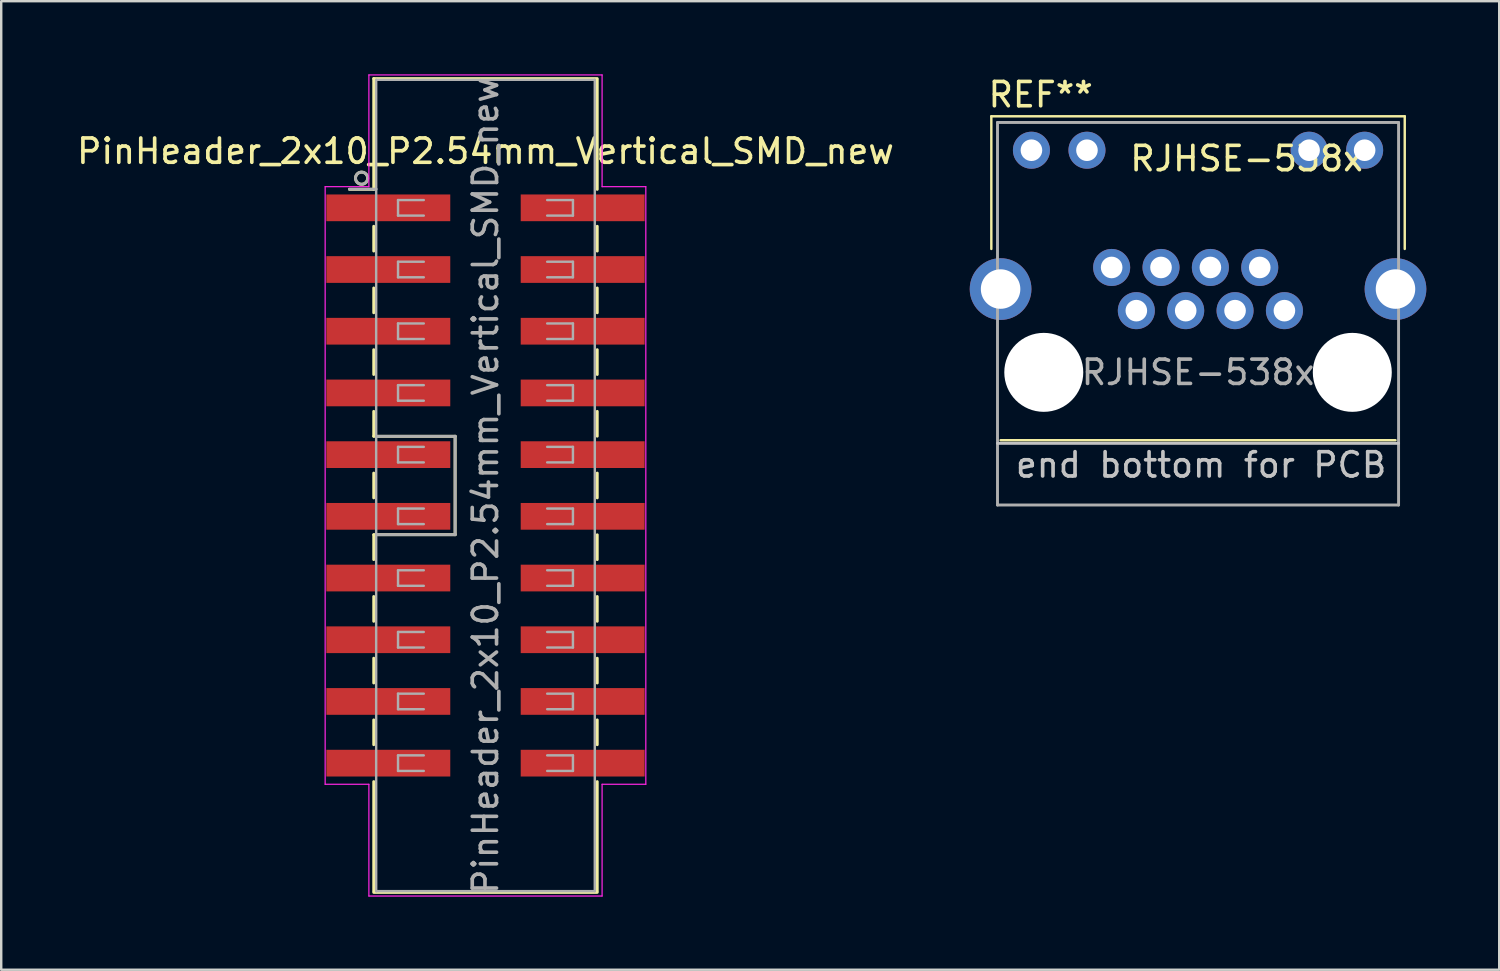
<source format=kicad_pcb>
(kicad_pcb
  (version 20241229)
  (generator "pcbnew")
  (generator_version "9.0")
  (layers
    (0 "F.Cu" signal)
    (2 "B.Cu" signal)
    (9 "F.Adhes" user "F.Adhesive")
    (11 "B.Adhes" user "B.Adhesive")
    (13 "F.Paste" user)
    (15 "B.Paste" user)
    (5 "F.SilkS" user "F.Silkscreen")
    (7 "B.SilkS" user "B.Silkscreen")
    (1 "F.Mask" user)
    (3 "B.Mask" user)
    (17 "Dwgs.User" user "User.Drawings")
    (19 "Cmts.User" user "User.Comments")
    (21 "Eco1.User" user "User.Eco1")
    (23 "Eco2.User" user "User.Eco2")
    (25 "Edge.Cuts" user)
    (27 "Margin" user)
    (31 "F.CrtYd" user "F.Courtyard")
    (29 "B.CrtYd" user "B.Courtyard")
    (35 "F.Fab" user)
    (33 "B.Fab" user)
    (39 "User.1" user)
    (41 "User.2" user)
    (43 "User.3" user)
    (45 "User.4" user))
  (footprint "PinHeader_2x10_P2.54mm_Vertical_SMD_new"
    (layer "F.Cu")
    (at 16.935 16.935)
    (property "Reference" "PinHeader_2x10_P2.54mm_Vertical_SMD_new" (at 0 -13.76 0) (layer "F.SilkS") (effects (font (size 1 1) (thickness 0.15))))
    (attr smd)
    (fp_line (start -4.6 -16.75) (end -4.6 -12.19) (stroke (width 0.12) (type solid)) (layer "F.SilkS"))
    (fp_line (start -4.6 -16.75) (end 4.6 -16.75) (stroke (width 0.12) (type solid)) (layer "F.SilkS"))
    (fp_line (start -4.6 -12.19) (end -5.6 -12.19) (stroke (width 0.12) (type solid)) (layer "F.SilkS"))
    (fp_line (start -4.6 -10.67) (end -4.6 -9.65) (stroke (width 0.12) (type solid)) (layer "F.SilkS"))
    (fp_line (start -4.6 -8.13) (end -4.6 -7.11) (stroke (width 0.12) (type solid)) (layer "F.SilkS"))
    (fp_line (start -4.6 -5.59) (end -4.6 -4.57) (stroke (width 0.12) (type solid)) (layer "F.SilkS"))
    (fp_line (start -4.6 -3.05) (end -4.6 -2.03) (stroke (width 0.12) (type solid)) (layer "F.SilkS"))
    (fp_line (start -4.6 -2.025) (end -1.25 -2.025) (stroke (width 0.12) (type solid)) (layer "F.SilkS"))
    (fp_line (start -4.6 -0.51) (end -4.6 0.51) (stroke (width 0.12) (type solid)) (layer "F.SilkS"))
    (fp_line (start -4.6 2.025) (end -1.25 2.025) (stroke (width 0.12) (type solid)) (layer "F.SilkS"))
    (fp_line (start -4.6 2.03) (end -4.6 3.05) (stroke (width 0.12) (type solid)) (layer "F.SilkS"))
    (fp_line (start -4.6 4.57) (end -4.6 5.59) (stroke (width 0.12) (type solid)) (layer "F.SilkS"))
    (fp_line (start -4.6 7.11) (end -4.6 8.13) (stroke (width 0.12) (type solid)) (layer "F.SilkS"))
    (fp_line (start -4.6 9.65) (end -4.6 10.67) (stroke (width 0.12) (type solid)) (layer "F.SilkS"))
    (fp_line (start -4.6 12.19) (end -4.6 16.7) (stroke (width 0.12) (type solid)) (layer "F.SilkS"))
    (fp_line (start -4.6 16.75) (end 4.6 16.75) (stroke (width 0.12) (type solid)) (layer "F.SilkS"))
    (fp_line (start -1.25 -2.025) (end -1.25 2.025) (stroke (width 0.12) (type solid)) (layer "F.SilkS"))
    (fp_line (start 4.6 -16.7) (end 4.6 -12.19) (stroke (width 0.12) (type solid)) (layer "F.SilkS"))
    (fp_line (start 4.6 -10.67) (end 4.6 -9.65) (stroke (width 0.12) (type solid)) (layer "F.SilkS"))
    (fp_line (start 4.6 -8.13) (end 4.6 -7.11) (stroke (width 0.12) (type solid)) (layer "F.SilkS"))
    (fp_line (start 4.6 -5.59) (end 4.6 -4.57) (stroke (width 0.12) (type solid)) (layer "F.SilkS"))
    (fp_line (start 4.6 -3.05) (end 4.6 -2.03) (stroke (width 0.12) (type solid)) (layer "F.SilkS"))
    (fp_line (start 4.6 -0.51) (end 4.6 0.51) (stroke (width 0.12) (type solid)) (layer "F.SilkS"))
    (fp_line (start 4.6 2.03) (end 4.6 3.05) (stroke (width 0.12) (type solid)) (layer "F.SilkS"))
    (fp_line (start 4.6 4.57) (end 4.6 5.59) (stroke (width 0.12) (type solid)) (layer "F.SilkS"))
    (fp_line (start 4.6 7.11) (end 4.6 8.13) (stroke (width 0.12) (type solid)) (layer "F.SilkS"))
    (fp_line (start 4.6 9.65) (end 4.6 10.67) (stroke (width 0.12) (type solid)) (layer "F.SilkS"))
    (fp_line (start 4.6 12.19) (end 4.6 16.7) (stroke (width 0.12) (type solid)) (layer "F.SilkS"))
    (fp_circle (center -5.1 -12.65) (end -5.25 -12.85) (stroke (width 0.12) (type solid)) (fill no) (layer "F.SilkS"))
    (fp_line (start -6.6 -12.3) (end -6.6 12.3) (stroke (width 0.05) (type solid)) (layer "F.CrtYd"))
    (fp_line (start -6.6 -12.3) (end -4.8 -12.3) (stroke (width 0.05) (type solid)) (layer "F.CrtYd"))
    (fp_line (start -4.8 -12.3) (end -4.8 -16.9) (stroke (width 0.05) (type solid)) (layer "F.CrtYd"))
    (fp_line (start -4.8 12.3) (end -6.6 12.3) (stroke (width 0.05) (type solid)) (layer "F.CrtYd"))
    (fp_line (start -4.8 12.3) (end -4.8 16.9) (stroke (width 0.05) (type solid)) (layer "F.CrtYd"))
    (fp_line (start -4.8 16.9) (end 4.8 16.9) (stroke (width 0.05) (type solid)) (layer "F.CrtYd"))
    (fp_line (start 4.8 -16.9) (end -4.8 -16.9) (stroke (width 0.05) (type solid)) (layer "F.CrtYd"))
    (fp_line (start 4.8 -12.3) (end 4.8 -16.9) (stroke (width 0.05) (type solid)) (layer "F.CrtYd"))
    (fp_line (start 4.8 -12.3) (end 6.6 -12.3) (stroke (width 0.05) (type solid)) (layer "F.CrtYd"))
    (fp_line (start 4.8 12.3) (end 4.8 16.9) (stroke (width 0.05) (type solid)) (layer "F.CrtYd"))
    (fp_line (start 4.8 12.3) (end 6.6 12.3) (stroke (width 0.05) (type solid)) (layer "F.CrtYd"))
    (fp_line (start 6.6 12.3) (end 6.6 -12.3) (stroke (width 0.05) (type solid)) (layer "F.CrtYd"))
    (fp_line (start -4.5 -16.7) (end 4.5 -16.7) (stroke (width 0.1) (type solid)) (layer "F.Fab"))
    (fp_line (start -4.5 -12.2) (end -5.6 -12.2) (stroke (width 0.12) (type solid)) (layer "F.Fab"))
    (fp_line (start -4.5 16.7) (end -4.5 -16.7) (stroke (width 0.1) (type solid)) (layer "F.Fab"))
    (fp_line (start -4.475 2.025) (end -1.25 2.025) (stroke (width 0.12) (type solid)) (layer "F.Fab"))
    (fp_line (start -3.6 -11.75) (end -3.6 -11.11) (stroke (width 0.1) (type solid)) (layer "F.Fab"))
    (fp_line (start -3.6 -11.11) (end -2.54 -11.11) (stroke (width 0.1) (type solid)) (layer "F.Fab"))
    (fp_line (start -3.6 -9.21) (end -3.6 -8.57) (stroke (width 0.1) (type solid)) (layer "F.Fab"))
    (fp_line (start -3.6 -8.57) (end -2.54 -8.57) (stroke (width 0.1) (type solid)) (layer "F.Fab"))
    (fp_line (start -3.6 -6.67) (end -3.6 -6.03) (stroke (width 0.1) (type solid)) (layer "F.Fab"))
    (fp_line (start -3.6 -6.03) (end -2.54 -6.03) (stroke (width 0.1) (type solid)) (layer "F.Fab"))
    (fp_line (start -3.6 -4.13) (end -3.6 -3.49) (stroke (width 0.1) (type solid)) (layer "F.Fab"))
    (fp_line (start -3.6 -3.49) (end -2.54 -3.49) (stroke (width 0.1) (type solid)) (layer "F.Fab"))
    (fp_line (start -3.6 -1.59) (end -3.6 -0.95) (stroke (width 0.1) (type solid)) (layer "F.Fab"))
    (fp_line (start -3.6 -0.95) (end -2.54 -0.95) (stroke (width 0.1) (type solid)) (layer "F.Fab"))
    (fp_line (start -3.6 0.95) (end -3.6 1.59) (stroke (width 0.1) (type solid)) (layer "F.Fab"))
    (fp_line (start -3.6 1.59) (end -2.54 1.59) (stroke (width 0.1) (type solid)) (layer "F.Fab"))
    (fp_line (start -3.6 3.49) (end -3.6 4.13) (stroke (width 0.1) (type solid)) (layer "F.Fab"))
    (fp_line (start -3.6 4.13) (end -2.54 4.13) (stroke (width 0.1) (type solid)) (layer "F.Fab"))
    (fp_line (start -3.6 6.03) (end -3.6 6.67) (stroke (width 0.1) (type solid)) (layer "F.Fab"))
    (fp_line (start -3.6 6.67) (end -2.54 6.67) (stroke (width 0.1) (type solid)) (layer "F.Fab"))
    (fp_line (start -3.6 8.57) (end -3.6 9.21) (stroke (width 0.1) (type solid)) (layer "F.Fab"))
    (fp_line (start -3.6 9.21) (end -2.54 9.21) (stroke (width 0.1) (type solid)) (layer "F.Fab"))
    (fp_line (start -3.6 11.11) (end -3.6 11.75) (stroke (width 0.1) (type solid)) (layer "F.Fab"))
    (fp_line (start -3.6 11.75) (end -2.54 11.75) (stroke (width 0.1) (type solid)) (layer "F.Fab"))
    (fp_line (start -2.54 -11.75) (end -3.6 -11.75) (stroke (width 0.1) (type solid)) (layer "F.Fab"))
    (fp_line (start -2.54 -9.21) (end -3.6 -9.21) (stroke (width 0.1) (type solid)) (layer "F.Fab"))
    (fp_line (start -2.54 -6.67) (end -3.6 -6.67) (stroke (width 0.1) (type solid)) (layer "F.Fab"))
    (fp_line (start -2.54 -4.13) (end -3.6 -4.13) (stroke (width 0.1) (type solid)) (layer "F.Fab"))
    (fp_line (start -2.54 -1.59) (end -3.6 -1.59) (stroke (width 0.1) (type solid)) (layer "F.Fab"))
    (fp_line (start -2.54 0.95) (end -3.6 0.95) (stroke (width 0.1) (type solid)) (layer "F.Fab"))
    (fp_line (start -2.54 3.49) (end -3.6 3.49) (stroke (width 0.1) (type solid)) (layer "F.Fab"))
    (fp_line (start -2.54 6.03) (end -3.6 6.03) (stroke (width 0.1) (type solid)) (layer "F.Fab"))
    (fp_line (start -2.54 8.57) (end -3.6 8.57) (stroke (width 0.1) (type solid)) (layer "F.Fab"))
    (fp_line (start -2.54 11.11) (end -3.6 11.11) (stroke (width 0.1) (type solid)) (layer "F.Fab"))
    (fp_line (start -1.25 -2.025) (end -4.475 -2.025) (stroke (width 0.12) (type solid)) (layer "F.Fab"))
    (fp_line (start -1.25 2.025) (end -1.25 -2.025) (stroke (width 0.12) (type solid)) (layer "F.Fab"))
    (fp_line (start 2.54 -11.75) (end 3.6 -11.75) (stroke (width 0.1) (type solid)) (layer "F.Fab"))
    (fp_line (start 2.54 -9.21) (end 3.6 -9.21) (stroke (width 0.1) (type solid)) (layer "F.Fab"))
    (fp_line (start 2.54 -6.67) (end 3.6 -6.67) (stroke (width 0.1) (type solid)) (layer "F.Fab"))
    (fp_line (start 2.54 -4.13) (end 3.6 -4.13) (stroke (width 0.1) (type solid)) (layer "F.Fab"))
    (fp_line (start 2.54 -1.59) (end 3.6 -1.59) (stroke (width 0.1) (type solid)) (layer "F.Fab"))
    (fp_line (start 2.54 0.95) (end 3.6 0.95) (stroke (width 0.1) (type solid)) (layer "F.Fab"))
    (fp_line (start 2.54 3.49) (end 3.6 3.49) (stroke (width 0.1) (type solid)) (layer "F.Fab"))
    (fp_line (start 2.54 6.03) (end 3.6 6.03) (stroke (width 0.1) (type solid)) (layer "F.Fab"))
    (fp_line (start 2.54 8.57) (end 3.6 8.57) (stroke (width 0.1) (type solid)) (layer "F.Fab"))
    (fp_line (start 2.54 11.11) (end 3.6 11.11) (stroke (width 0.1) (type solid)) (layer "F.Fab"))
    (fp_line (start 3.6 -11.75) (end 3.6 -11.11) (stroke (width 0.1) (type solid)) (layer "F.Fab"))
    (fp_line (start 3.6 -11.11) (end 2.54 -11.11) (stroke (width 0.1) (type solid)) (layer "F.Fab"))
    (fp_line (start 3.6 -9.21) (end 3.6 -8.57) (stroke (width 0.1) (type solid)) (layer "F.Fab"))
    (fp_line (start 3.6 -8.57) (end 2.54 -8.57) (stroke (width 0.1) (type solid)) (layer "F.Fab"))
    (fp_line (start 3.6 -6.67) (end 3.6 -6.03) (stroke (width 0.1) (type solid)) (layer "F.Fab"))
    (fp_line (start 3.6 -6.03) (end 2.54 -6.03) (stroke (width 0.1) (type solid)) (layer "F.Fab"))
    (fp_line (start 3.6 -4.13) (end 3.6 -3.49) (stroke (width 0.1) (type solid)) (layer "F.Fab"))
    (fp_line (start 3.6 -3.49) (end 2.54 -3.49) (stroke (width 0.1) (type solid)) (layer "F.Fab"))
    (fp_line (start 3.6 -1.59) (end 3.6 -0.95) (stroke (width 0.1) (type solid)) (layer "F.Fab"))
    (fp_line (start 3.6 -0.95) (end 2.54 -0.95) (stroke (width 0.1) (type solid)) (layer "F.Fab"))
    (fp_line (start 3.6 0.95) (end 3.6 1.59) (stroke (width 0.1) (type solid)) (layer "F.Fab"))
    (fp_line (start 3.6 1.59) (end 2.54 1.59) (stroke (width 0.1) (type solid)) (layer "F.Fab"))
    (fp_line (start 3.6 3.49) (end 3.6 4.13) (stroke (width 0.1) (type solid)) (layer "F.Fab"))
    (fp_line (start 3.6 4.13) (end 2.54 4.13) (stroke (width 0.1) (type solid)) (layer "F.Fab"))
    (fp_line (start 3.6 6.03) (end 3.6 6.67) (stroke (width 0.1) (type solid)) (layer "F.Fab"))
    (fp_line (start 3.6 6.67) (end 2.54 6.67) (stroke (width 0.1) (type solid)) (layer "F.Fab"))
    (fp_line (start 3.6 8.57) (end 3.6 9.21) (stroke (width 0.1) (type solid)) (layer "F.Fab"))
    (fp_line (start 3.6 9.21) (end 2.54 9.21) (stroke (width 0.1) (type solid)) (layer "F.Fab"))
    (fp_line (start 3.6 11.11) (end 3.6 11.75) (stroke (width 0.1) (type solid)) (layer "F.Fab"))
    (fp_line (start 3.6 11.75) (end 2.54 11.75) (stroke (width 0.1) (type solid)) (layer "F.Fab"))
    (fp_line (start 4.5 -16.7) (end 4.5 16.7) (stroke (width 0.1) (type solid)) (layer "F.Fab"))
    (fp_line (start 4.5 16.7) (end -4.5 16.7) (stroke (width 0.1) (type solid)) (layer "F.Fab"))
    (fp_circle (center -5.1 -12.65) (end -5.25 -12.85) (stroke (width 0.12) (type solid)) (fill no) (layer "F.Fab"))
    (fp_text user "${REFERENCE}" (at 0 0 90) (layer "F.Fab") (effects (font (size 1 1) (thickness 0.15))))
    (pad "1" smd rect (at -4 -11.43) (size 5.1 1.1) (layers "F.Cu" "F.Mask" "F.Paste"))
    (pad "2" smd rect (at 4 -11.43) (size 5.1 1.1) (layers "F.Cu" "F.Mask" "F.Paste"))
    (pad "3" smd rect (at -4 -8.89) (size 5.1 1.1) (layers "F.Cu" "F.Mask" "F.Paste"))
    (pad "4" smd rect (at 4 -8.89) (size 5.1 1.1) (layers "F.Cu" "F.Mask" "F.Paste"))
    (pad "5" smd rect (at -4 -6.35) (size 5.1 1.1) (layers "F.Cu" "F.Mask" "F.Paste"))
    (pad "6" smd rect (at 4 -6.35) (size 5.1 1.1) (layers "F.Cu" "F.Mask" "F.Paste"))
    (pad "7" smd rect (at -4 -3.81) (size 5.1 1.1) (layers "F.Cu" "F.Mask" "F.Paste"))
    (pad "8" smd rect (at 4 -3.81) (size 5.1 1.1) (layers "F.Cu" "F.Mask" "F.Paste"))
    (pad "9" smd rect (at -4 -1.27) (size 5.1 1.1) (layers "F.Cu" "F.Mask" "F.Paste"))
    (pad "10" smd rect (at 4 -1.27) (size 5.1 1.1) (layers "F.Cu" "F.Mask" "F.Paste"))
    (pad "11" smd rect (at -4 1.27) (size 5.1 1.1) (layers "F.Cu" "F.Mask" "F.Paste"))
    (pad "12" smd rect (at 4 1.27) (size 5.1 1.1) (layers "F.Cu" "F.Mask" "F.Paste"))
    (pad "13" smd rect (at -4 3.81) (size 5.1 1.1) (layers "F.Cu" "F.Mask" "F.Paste"))
    (pad "14" smd rect (at 4 3.81) (size 5.1 1.1) (layers "F.Cu" "F.Mask" "F.Paste"))
    (pad "15" smd rect (at -4 6.35) (size 5.1 1.1) (layers "F.Cu" "F.Mask" "F.Paste"))
    (pad "16" smd rect (at 4 6.35) (size 5.1 1.1) (layers "F.Cu" "F.Mask" "F.Paste"))
    (pad "17" smd rect (at -4 8.89) (size 5.1 1.1) (layers "F.Cu" "F.Mask" "F.Paste"))
    (pad "18" smd rect (at 4 8.89) (size 5.1 1.1) (layers "F.Cu" "F.Mask" "F.Paste"))
    (pad "19" smd rect (at -4 11.43) (size 5.1 1.1) (layers "F.Cu" "F.Mask" "F.Paste"))
    (pad "20" smd rect (at 4 11.43) (size 5.1 1.1) (layers "F.Cu" "F.Mask" "F.Paste")))
  (footprint "RJHSE-538x"
    (layer "F.Cu")
    (at 46.267 12.278)
    (property "Reference" "RJHSE-538x" (at 2 -8.8 0) (layer "F.SilkS") (effects (font (size 1 1) (thickness 0.15))))
    (attr through_hole)
    (fp_line (start -8.509 -10.541) (end -8.509 -5.08) (stroke (width 0.1) (type solid)) (layer "F.SilkS"))
    (fp_line (start -8.128 2.794) (end 8.128 2.794) (stroke (width 0.1) (type solid)) (layer "F.SilkS"))
    (fp_line (start 8.509 -10.541) (end -8.509 -10.541) (stroke (width 0.1) (type solid)) (layer "F.SilkS"))
    (fp_line (start 8.509 -5.08) (end 8.509 -10.541) (stroke (width 0.1) (type solid)) (layer "F.SilkS"))
    (fp_line (start -8.255 2.921) (end 8.255 2.921) (stroke (width 0.12) (type solid)) (layer "Dwgs.User"))
    (fp_line (start -6.35 -7.62) (end -6.35 -5.08) (stroke (width 0.12) (type solid)) (layer "Eco2.User"))
    (fp_line (start -6.35 -6.35) (end -7.62 -6.35) (stroke (width 0.12) (type solid)) (layer "Eco2.User"))
    (fp_line (start -6.35 -5.08) (end -5.08 -6.35) (stroke (width 0.12) (type solid)) (layer "Eco2.User"))
    (fp_line (start -5.08 -7.62) (end -5.08 -5.08) (stroke (width 0.12) (type solid)) (layer "Eco2.User"))
    (fp_line (start -5.08 -6.35) (end -6.35 -7.62) (stroke (width 0.12) (type solid)) (layer "Eco2.User"))
    (fp_line (start -5.08 -6.35) (end -3.81 -6.35) (stroke (width 0.12) (type solid)) (layer "Eco2.User"))
    (fp_line (start 5.08 -7.62) (end 5.08 -5.08) (stroke (width 0.12) (type solid)) (layer "Eco2.User"))
    (fp_line (start 5.08 -6.35) (end 3.81 -6.35) (stroke (width 0.12) (type solid)) (layer "Eco2.User"))
    (fp_line (start 5.08 -5.08) (end 6.35 -6.35) (stroke (width 0.12) (type solid)) (layer "Eco2.User"))
    (fp_line (start 6.35 -7.62) (end 6.35 -5.08) (stroke (width 0.12) (type solid)) (layer "Eco2.User"))
    (fp_line (start 6.35 -6.35) (end 5.08 -7.62) (stroke (width 0.12) (type solid)) (layer "Eco2.User"))
    (fp_line (start 6.35 -6.35) (end 7.62 -6.35) (stroke (width 0.12) (type solid)) (layer "Eco2.User"))
    (fp_line (start -8.255 5.461) (end -8.255 -10.287) (stroke (width 0.12) (type solid)) (layer "F.Fab"))
    (fp_line (start 8.255 -10.287) (end -8.255 -10.287) (stroke (width 0.12) (type solid)) (layer "F.Fab"))
    (fp_line (start 8.255 5.461) (end -8.255 5.461) (stroke (width 0.12) (type solid)) (layer "F.Fab"))
    (fp_line (start 8.255 5.461) (end 8.255 -10.287) (stroke (width 0.12) (type solid)) (layer "F.Fab"))
    (fp_text user "REF**" (at -6.477 -11.43 0) (layer "F.SilkS") (effects (font (size 1 1) (thickness 0.15))))
    (fp_text user "end bottom for PCB" (at 0.127 3.81 0) (layer "Dwgs.User") (effects (font (size 1 1) (thickness 0.15))))
    (fp_text user "${REFERENCE}" (at 0 0 0) (layer "F.Fab") (effects (font (size 1 1) (thickness 0.15))))
    (pad "" np_thru_hole circle (at -6.35 0) (size 3.251 3.251) (drill 3.251) (layers "*.Cu" "*.Mask"))
    (pad "" np_thru_hole circle (at 6.35 0) (size 3.251 3.251) (drill 3.251) (layers "*.Cu" "*.Mask"))
    (pad "1" thru_hole circle (at 3.556 -2.54) (size 1.524 1.524) (drill 0.889) (layers "*.Cu" "*.Mask"))
    (pad "2" thru_hole circle (at 2.54 -4.318) (size 1.524 1.524) (drill 0.889) (layers "*.Cu" "*.Mask"))
    (pad "3" thru_hole circle (at 1.524 -2.54) (size 1.524 1.524) (drill 0.889) (layers "*.Cu" "*.Mask"))
    (pad "4" thru_hole circle (at 0.508 -4.318) (size 1.524 1.524) (drill 0.889) (layers "*.Cu" "*.Mask"))
    (pad "5" thru_hole circle (at -0.508 -2.54) (size 1.524 1.524) (drill 0.889) (layers "*.Cu" "*.Mask"))
    (pad "6" thru_hole circle (at -1.524 -4.318) (size 1.524 1.524) (drill 0.889) (layers "*.Cu" "*.Mask"))
    (pad "7" thru_hole circle (at -2.54 -2.54) (size 1.524 1.524) (drill 0.889) (layers "*.Cu" "*.Mask"))
    (pad "8" thru_hole circle (at -3.556 -4.318) (size 1.524 1.524) (drill 0.889) (layers "*.Cu" "*.Mask"))
    (pad "9" thru_hole circle (at 6.858 -9.144) (size 1.524 1.524) (drill 0.889) (layers "*.Cu" "*.Mask"))
    (pad "10" thru_hole circle (at 4.572 -9.144) (size 1.524 1.524) (drill 0.889) (layers "*.Cu" "*.Mask"))
    (pad "11" thru_hole circle (at -4.572 -9.144) (size 1.524 1.524) (drill 0.889) (layers "*.Cu" "*.Mask"))
    (pad "12" thru_hole circle (at -6.858 -9.144) (size 1.524 1.524) (drill 0.889) (layers "*.Cu" "*.Mask"))
    (pad "SH" thru_hole circle (at -8.128 -3.429) (size 2.54 2.54) (drill 1.626) (layers "*.Cu" "*.Mask"))
    (pad "SH" thru_hole circle (at 8.128 -3.429) (size 2.54 2.54) (drill 1.626) (layers "*.Cu" "*.Mask")))
  (gr_rect
    (start -3 -3)
    (end 58.665 36.869)
    (stroke (width 0.1) (type default))
    (fill no)
    (layer "Edge.Cuts")))
</source>
